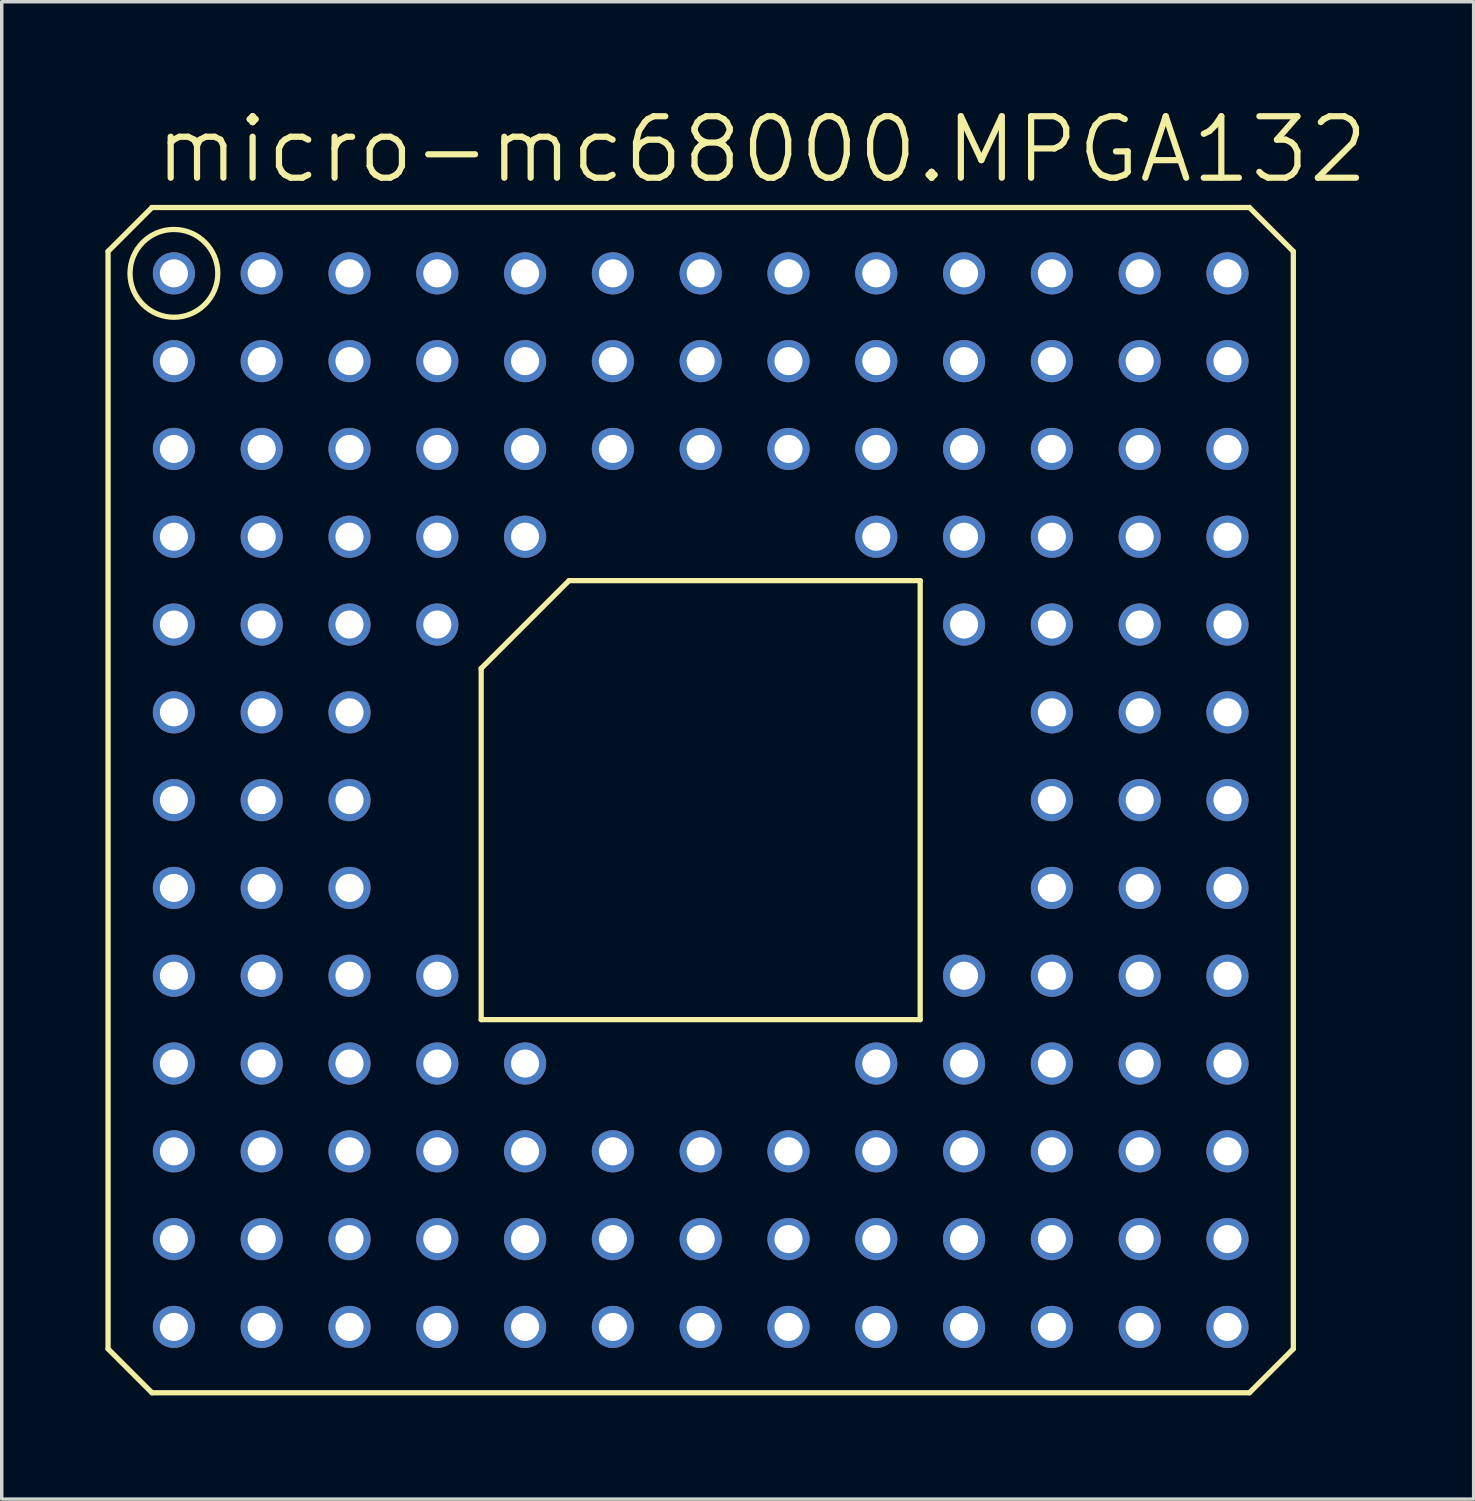
<source format=kicad_pcb>
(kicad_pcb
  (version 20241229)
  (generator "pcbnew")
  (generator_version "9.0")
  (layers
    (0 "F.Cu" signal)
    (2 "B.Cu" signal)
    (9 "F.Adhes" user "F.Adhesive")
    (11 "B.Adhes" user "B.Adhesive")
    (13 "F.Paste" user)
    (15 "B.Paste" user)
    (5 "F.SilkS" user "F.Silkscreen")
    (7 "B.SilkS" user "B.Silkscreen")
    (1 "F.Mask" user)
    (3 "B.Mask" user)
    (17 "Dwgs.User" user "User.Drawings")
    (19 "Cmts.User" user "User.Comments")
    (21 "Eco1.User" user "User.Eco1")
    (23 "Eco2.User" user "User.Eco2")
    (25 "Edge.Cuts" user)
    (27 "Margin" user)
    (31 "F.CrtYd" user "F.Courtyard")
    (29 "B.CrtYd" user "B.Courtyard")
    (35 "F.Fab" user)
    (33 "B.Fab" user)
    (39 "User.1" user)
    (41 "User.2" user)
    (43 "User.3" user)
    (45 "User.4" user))
  (footprint "micro-mc68000.MPGA132"
    (layer "F.Cu")
    (at 17.221 20.098)
    (property "Reference" "micro-mc68000.MPGA132" (at -15.875 -17.78 0) (layer "F.SilkS") (effects (font (size 1.778 1.778) (thickness 0.18)) (justify left bottom)))
    (attr through_hole)
    (fp_line (start -17.145 -15.875) (end -15.875 -17.145) (stroke (width 0.152) (type default)) (layer "F.SilkS"))
    (fp_line (start -17.145 15.875) (end -17.145 -15.875) (stroke (width 0.152) (type default)) (layer "F.SilkS"))
    (fp_line (start -15.875 -17.145) (end 15.875 -17.145) (stroke (width 0.152) (type default)) (layer "F.SilkS"))
    (fp_line (start -15.875 17.145) (end -17.145 15.875) (stroke (width 0.152) (type default)) (layer "F.SilkS"))
    (fp_line (start -6.35 -3.81) (end -3.81 -6.35) (stroke (width 0.152) (type default)) (layer "F.SilkS"))
    (fp_line (start -6.35 6.35) (end -6.35 -3.81) (stroke (width 0.152) (type default)) (layer "F.SilkS"))
    (fp_line (start -3.81 -6.35) (end 6.35 -6.35) (stroke (width 0.152) (type default)) (layer "F.SilkS"))
    (fp_line (start 6.35 -6.35) (end 6.35 6.35) (stroke (width 0.152) (type default)) (layer "F.SilkS"))
    (fp_line (start 6.35 6.35) (end -6.35 6.35) (stroke (width 0.152) (type default)) (layer "F.SilkS"))
    (fp_line (start 15.875 -17.145) (end 17.145 -15.875) (stroke (width 0.152) (type default)) (layer "F.SilkS"))
    (fp_line (start 15.875 17.145) (end -15.875 17.145) (stroke (width 0.152) (type default)) (layer "F.SilkS"))
    (fp_line (start 17.145 -15.875) (end 17.145 15.875) (stroke (width 0.152) (type default)) (layer "F.SilkS"))
    (fp_line (start 17.145 15.875) (end 15.875 17.145) (stroke (width 0.152) (type default)) (layer "F.SilkS"))
    (fp_circle (center -15.24 -15.24) (end -13.97 -15.24) (stroke (width 0.152) (type default)) (fill no) (layer "F.SilkS"))
    (pad "A01" thru_hole circle (at -15.24 -15.24) (size 1.219 1.219) (drill 0.813) (layers "*.Cu" "*.Mask"))
    (pad "A02" thru_hole circle (at -12.7 -15.24) (size 1.219 1.219) (drill 0.813) (layers "*.Cu" "*.Mask"))
    (pad "A03" thru_hole circle (at -10.16 -15.24) (size 1.219 1.219) (drill 0.813) (layers "*.Cu" "*.Mask"))
    (pad "A04" thru_hole circle (at -7.62 -15.24) (size 1.219 1.219) (drill 0.813) (layers "*.Cu" "*.Mask"))
    (pad "A05" thru_hole circle (at -5.08 -15.24) (size 1.219 1.219) (drill 0.813) (layers "*.Cu" "*.Mask"))
    (pad "A06" thru_hole circle (at -2.54 -15.24) (size 1.219 1.219) (drill 0.813) (layers "*.Cu" "*.Mask"))
    (pad "A07" thru_hole circle (at 0 -15.24) (size 1.219 1.219) (drill 0.813) (layers "*.Cu" "*.Mask"))
    (pad "A08" thru_hole circle (at 2.54 -15.24) (size 1.219 1.219) (drill 0.813) (layers "*.Cu" "*.Mask"))
    (pad "A09" thru_hole circle (at 5.08 -15.24) (size 1.219 1.219) (drill 0.813) (layers "*.Cu" "*.Mask"))
    (pad "A10" thru_hole circle (at 7.62 -15.24) (size 1.219 1.219) (drill 0.813) (layers "*.Cu" "*.Mask"))
    (pad "A11" thru_hole circle (at 10.16 -15.24) (size 1.219 1.219) (drill 0.813) (layers "*.Cu" "*.Mask"))
    (pad "A12" thru_hole circle (at 12.7 -15.24) (size 1.219 1.219) (drill 0.813) (layers "*.Cu" "*.Mask"))
    (pad "A13" thru_hole circle (at 15.24 -15.24) (size 1.219 1.219) (drill 0.813) (layers "*.Cu" "*.Mask"))
    (pad "B01" thru_hole circle (at -15.24 -12.7) (size 1.219 1.219) (drill 0.813) (layers "*.Cu" "*.Mask"))
    (pad "B02" thru_hole circle (at -12.7 -12.7) (size 1.219 1.219) (drill 0.813) (layers "*.Cu" "*.Mask"))
    (pad "B03" thru_hole circle (at -10.16 -12.7) (size 1.219 1.219) (drill 0.813) (layers "*.Cu" "*.Mask"))
    (pad "B04" thru_hole circle (at -7.62 -12.7) (size 1.219 1.219) (drill 0.813) (layers "*.Cu" "*.Mask"))
    (pad "B05" thru_hole circle (at -5.08 -12.7) (size 1.219 1.219) (drill 0.813) (layers "*.Cu" "*.Mask"))
    (pad "B06" thru_hole circle (at -2.54 -12.7) (size 1.219 1.219) (drill 0.813) (layers "*.Cu" "*.Mask"))
    (pad "B07" thru_hole circle (at 0 -12.7) (size 1.219 1.219) (drill 0.813) (layers "*.Cu" "*.Mask"))
    (pad "B08" thru_hole circle (at 2.54 -12.7) (size 1.219 1.219) (drill 0.813) (layers "*.Cu" "*.Mask"))
    (pad "B09" thru_hole circle (at 5.08 -12.7) (size 1.219 1.219) (drill 0.813) (layers "*.Cu" "*.Mask"))
    (pad "B10" thru_hole circle (at 7.62 -12.7) (size 1.219 1.219) (drill 0.813) (layers "*.Cu" "*.Mask"))
    (pad "B11" thru_hole circle (at 10.16 -12.7) (size 1.219 1.219) (drill 0.813) (layers "*.Cu" "*.Mask"))
    (pad "B12" thru_hole circle (at 12.7 -12.7) (size 1.219 1.219) (drill 0.813) (layers "*.Cu" "*.Mask"))
    (pad "B13" thru_hole circle (at 15.24 -12.7) (size 1.219 1.219) (drill 0.813) (layers "*.Cu" "*.Mask"))
    (pad "C01" thru_hole circle (at -15.24 -10.16) (size 1.219 1.219) (drill 0.813) (layers "*.Cu" "*.Mask"))
    (pad "C02" thru_hole circle (at -12.7 -10.16) (size 1.219 1.219) (drill 0.813) (layers "*.Cu" "*.Mask"))
    (pad "C03" thru_hole circle (at -10.16 -10.16) (size 1.219 1.219) (drill 0.813) (layers "*.Cu" "*.Mask"))
    (pad "C04" thru_hole circle (at -7.62 -10.16) (size 1.219 1.219) (drill 0.813) (layers "*.Cu" "*.Mask"))
    (pad "C05" thru_hole circle (at -5.08 -10.16) (size 1.219 1.219) (drill 0.813) (layers "*.Cu" "*.Mask"))
    (pad "C06" thru_hole circle (at -2.54 -10.16) (size 1.219 1.219) (drill 0.813) (layers "*.Cu" "*.Mask"))
    (pad "C07" thru_hole circle (at 0 -10.16) (size 1.219 1.219) (drill 0.813) (layers "*.Cu" "*.Mask"))
    (pad "C08" thru_hole circle (at 2.54 -10.16) (size 1.219 1.219) (drill 0.813) (layers "*.Cu" "*.Mask"))
    (pad "C09" thru_hole circle (at 5.08 -10.16) (size 1.219 1.219) (drill 0.813) (layers "*.Cu" "*.Mask"))
    (pad "C10" thru_hole circle (at 7.62 -10.16) (size 1.219 1.219) (drill 0.813) (layers "*.Cu" "*.Mask"))
    (pad "C11" thru_hole circle (at 10.16 -10.16) (size 1.219 1.219) (drill 0.813) (layers "*.Cu" "*.Mask"))
    (pad "C12" thru_hole circle (at 12.7 -10.16) (size 1.219 1.219) (drill 0.813) (layers "*.Cu" "*.Mask"))
    (pad "C13" thru_hole circle (at 15.24 -10.16) (size 1.219 1.219) (drill 0.813) (layers "*.Cu" "*.Mask"))
    (pad "D01" thru_hole circle (at -15.24 -7.62) (size 1.219 1.219) (drill 0.813) (layers "*.Cu" "*.Mask"))
    (pad "D02" thru_hole circle (at -12.7 -7.62) (size 1.219 1.219) (drill 0.813) (layers "*.Cu" "*.Mask"))
    (pad "D03" thru_hole circle (at -10.16 -7.62) (size 1.219 1.219) (drill 0.813) (layers "*.Cu" "*.Mask"))
    (pad "D04" thru_hole circle (at -7.62 -7.62) (size 1.219 1.219) (drill 0.813) (layers "*.Cu" "*.Mask"))
    (pad "D05" thru_hole circle (at -5.08 -7.62) (size 1.219 1.219) (drill 0.813) (layers "*.Cu" "*.Mask"))
    (pad "D09" thru_hole circle (at 5.08 -7.62) (size 1.219 1.219) (drill 0.813) (layers "*.Cu" "*.Mask"))
    (pad "D10" thru_hole circle (at 7.62 -7.62) (size 1.219 1.219) (drill 0.813) (layers "*.Cu" "*.Mask"))
    (pad "D11" thru_hole circle (at 10.16 -7.62) (size 1.219 1.219) (drill 0.813) (layers "*.Cu" "*.Mask"))
    (pad "D12" thru_hole circle (at 12.7 -7.62) (size 1.219 1.219) (drill 0.813) (layers "*.Cu" "*.Mask"))
    (pad "D13" thru_hole circle (at 15.24 -7.62) (size 1.219 1.219) (drill 0.813) (layers "*.Cu" "*.Mask"))
    (pad "E01" thru_hole circle (at -15.24 -5.08) (size 1.219 1.219) (drill 0.813) (layers "*.Cu" "*.Mask"))
    (pad "E02" thru_hole circle (at -12.7 -5.08) (size 1.219 1.219) (drill 0.813) (layers "*.Cu" "*.Mask"))
    (pad "E03" thru_hole circle (at -10.16 -5.08) (size 1.219 1.219) (drill 0.813) (layers "*.Cu" "*.Mask"))
    (pad "E04" thru_hole circle (at -7.62 -5.08) (size 1.219 1.219) (drill 0.813) (layers "*.Cu" "*.Mask"))
    (pad "E10" thru_hole circle (at 7.62 -5.08) (size 1.219 1.219) (drill 0.813) (layers "*.Cu" "*.Mask"))
    (pad "E11" thru_hole circle (at 10.16 -5.08) (size 1.219 1.219) (drill 0.813) (layers "*.Cu" "*.Mask"))
    (pad "E12" thru_hole circle (at 12.7 -5.08) (size 1.219 1.219) (drill 0.813) (layers "*.Cu" "*.Mask"))
    (pad "E13" thru_hole circle (at 15.24 -5.08) (size 1.219 1.219) (drill 0.813) (layers "*.Cu" "*.Mask"))
    (pad "F01" thru_hole circle (at -15.24 -2.54) (size 1.219 1.219) (drill 0.813) (layers "*.Cu" "*.Mask"))
    (pad "F02" thru_hole circle (at -12.7 -2.54) (size 1.219 1.219) (drill 0.813) (layers "*.Cu" "*.Mask"))
    (pad "F03" thru_hole circle (at -10.16 -2.54) (size 1.219 1.219) (drill 0.813) (layers "*.Cu" "*.Mask"))
    (pad "F11" thru_hole circle (at 10.16 -2.54) (size 1.219 1.219) (drill 0.813) (layers "*.Cu" "*.Mask"))
    (pad "F12" thru_hole circle (at 12.7 -2.54) (size 1.219 1.219) (drill 0.813) (layers "*.Cu" "*.Mask"))
    (pad "F13" thru_hole circle (at 15.24 -2.54) (size 1.219 1.219) (drill 0.813) (layers "*.Cu" "*.Mask"))
    (pad "G01" thru_hole circle (at -15.24 0) (size 1.219 1.219) (drill 0.813) (layers "*.Cu" "*.Mask"))
    (pad "G02" thru_hole circle (at -12.7 0) (size 1.219 1.219) (drill 0.813) (layers "*.Cu" "*.Mask"))
    (pad "G03" thru_hole circle (at -10.16 0) (size 1.219 1.219) (drill 0.813) (layers "*.Cu" "*.Mask"))
    (pad "G11" thru_hole circle (at 10.16 0) (size 1.219 1.219) (drill 0.813) (layers "*.Cu" "*.Mask"))
    (pad "G12" thru_hole circle (at 12.7 0) (size 1.219 1.219) (drill 0.813) (layers "*.Cu" "*.Mask"))
    (pad "G13" thru_hole circle (at 15.24 0) (size 1.219 1.219) (drill 0.813) (layers "*.Cu" "*.Mask"))
    (pad "H01" thru_hole circle (at -15.24 2.54) (size 1.219 1.219) (drill 0.813) (layers "*.Cu" "*.Mask"))
    (pad "H02" thru_hole circle (at -12.7 2.54) (size 1.219 1.219) (drill 0.813) (layers "*.Cu" "*.Mask"))
    (pad "H03" thru_hole circle (at -10.16 2.54) (size 1.219 1.219) (drill 0.813) (layers "*.Cu" "*.Mask"))
    (pad "H11" thru_hole circle (at 10.16 2.54) (size 1.219 1.219) (drill 0.813) (layers "*.Cu" "*.Mask"))
    (pad "H12" thru_hole circle (at 12.7 2.54) (size 1.219 1.219) (drill 0.813) (layers "*.Cu" "*.Mask"))
    (pad "H13" thru_hole circle (at 15.24 2.54) (size 1.219 1.219) (drill 0.813) (layers "*.Cu" "*.Mask"))
    (pad "J01" thru_hole circle (at -15.24 5.08) (size 1.219 1.219) (drill 0.813) (layers "*.Cu" "*.Mask"))
    (pad "J02" thru_hole circle (at -12.7 5.08) (size 1.219 1.219) (drill 0.813) (layers "*.Cu" "*.Mask"))
    (pad "J03" thru_hole circle (at -10.16 5.08) (size 1.219 1.219) (drill 0.813) (layers "*.Cu" "*.Mask"))
    (pad "J04" thru_hole circle (at -7.62 5.08) (size 1.219 1.219) (drill 0.813) (layers "*.Cu" "*.Mask"))
    (pad "J10" thru_hole circle (at 7.62 5.08) (size 1.219 1.219) (drill 0.813) (layers "*.Cu" "*.Mask"))
    (pad "J11" thru_hole circle (at 10.16 5.08) (size 1.219 1.219) (drill 0.813) (layers "*.Cu" "*.Mask"))
    (pad "J12" thru_hole circle (at 12.7 5.08) (size 1.219 1.219) (drill 0.813) (layers "*.Cu" "*.Mask"))
    (pad "J13" thru_hole circle (at 15.24 5.08) (size 1.219 1.219) (drill 0.813) (layers "*.Cu" "*.Mask"))
    (pad "K01" thru_hole circle (at -15.24 7.62) (size 1.219 1.219) (drill 0.813) (layers "*.Cu" "*.Mask"))
    (pad "K02" thru_hole circle (at -12.7 7.62) (size 1.219 1.219) (drill 0.813) (layers "*.Cu" "*.Mask"))
    (pad "K03" thru_hole circle (at -10.16 7.62) (size 1.219 1.219) (drill 0.813) (layers "*.Cu" "*.Mask"))
    (pad "K04" thru_hole circle (at -7.62 7.62) (size 1.219 1.219) (drill 0.813) (layers "*.Cu" "*.Mask"))
    (pad "K05" thru_hole circle (at -5.08 7.62) (size 1.219 1.219) (drill 0.813) (layers "*.Cu" "*.Mask"))
    (pad "K09" thru_hole circle (at 5.08 7.62) (size 1.219 1.219) (drill 0.813) (layers "*.Cu" "*.Mask"))
    (pad "K10" thru_hole circle (at 7.62 7.62) (size 1.219 1.219) (drill 0.813) (layers "*.Cu" "*.Mask"))
    (pad "K11" thru_hole circle (at 10.16 7.62) (size 1.219 1.219) (drill 0.813) (layers "*.Cu" "*.Mask"))
    (pad "K12" thru_hole circle (at 12.7 7.62) (size 1.219 1.219) (drill 0.813) (layers "*.Cu" "*.Mask"))
    (pad "K13" thru_hole circle (at 15.24 7.62) (size 1.219 1.219) (drill 0.813) (layers "*.Cu" "*.Mask"))
    (pad "L01" thru_hole circle (at -15.24 10.16) (size 1.219 1.219) (drill 0.813) (layers "*.Cu" "*.Mask"))
    (pad "L02" thru_hole circle (at -12.7 10.16) (size 1.219 1.219) (drill 0.813) (layers "*.Cu" "*.Mask"))
    (pad "L03" thru_hole circle (at -10.16 10.16) (size 1.219 1.219) (drill 0.813) (layers "*.Cu" "*.Mask"))
    (pad "L04" thru_hole circle (at -7.62 10.16) (size 1.219 1.219) (drill 0.813) (layers "*.Cu" "*.Mask"))
    (pad "L05" thru_hole circle (at -5.08 10.16) (size 1.219 1.219) (drill 0.813) (layers "*.Cu" "*.Mask"))
    (pad "L06" thru_hole circle (at -2.54 10.16) (size 1.219 1.219) (drill 0.813) (layers "*.Cu" "*.Mask"))
    (pad "L07" thru_hole circle (at 0 10.16) (size 1.219 1.219) (drill 0.813) (layers "*.Cu" "*.Mask"))
    (pad "L08" thru_hole circle (at 2.54 10.16) (size 1.219 1.219) (drill 0.813) (layers "*.Cu" "*.Mask"))
    (pad "L09" thru_hole circle (at 5.08 10.16) (size 1.219 1.219) (drill 0.813) (layers "*.Cu" "*.Mask"))
    (pad "L10" thru_hole circle (at 7.62 10.16) (size 1.219 1.219) (drill 0.813) (layers "*.Cu" "*.Mask"))
    (pad "L11" thru_hole circle (at 10.16 10.16) (size 1.219 1.219) (drill 0.813) (layers "*.Cu" "*.Mask"))
    (pad "L12" thru_hole circle (at 12.7 10.16) (size 1.219 1.219) (drill 0.813) (layers "*.Cu" "*.Mask"))
    (pad "L13" thru_hole circle (at 15.24 10.16) (size 1.219 1.219) (drill 0.813) (layers "*.Cu" "*.Mask"))
    (pad "M01" thru_hole circle (at -15.24 12.7) (size 1.219 1.219) (drill 0.813) (layers "*.Cu" "*.Mask"))
    (pad "M02" thru_hole circle (at -12.7 12.7) (size 1.219 1.219) (drill 0.813) (layers "*.Cu" "*.Mask"))
    (pad "M03" thru_hole circle (at -10.16 12.7) (size 1.219 1.219) (drill 0.813) (layers "*.Cu" "*.Mask"))
    (pad "M04" thru_hole circle (at -7.62 12.7) (size 1.219 1.219) (drill 0.813) (layers "*.Cu" "*.Mask"))
    (pad "M05" thru_hole circle (at -5.08 12.7) (size 1.219 1.219) (drill 0.813) (layers "*.Cu" "*.Mask"))
    (pad "M06" thru_hole circle (at -2.54 12.7) (size 1.219 1.219) (drill 0.813) (layers "*.Cu" "*.Mask"))
    (pad "M07" thru_hole circle (at 0 12.7) (size 1.219 1.219) (drill 0.813) (layers "*.Cu" "*.Mask"))
    (pad "M08" thru_hole circle (at 2.54 12.7) (size 1.219 1.219) (drill 0.813) (layers "*.Cu" "*.Mask"))
    (pad "M09" thru_hole circle (at 5.08 12.7) (size 1.219 1.219) (drill 0.813) (layers "*.Cu" "*.Mask"))
    (pad "M10" thru_hole circle (at 7.62 12.7) (size 1.219 1.219) (drill 0.813) (layers "*.Cu" "*.Mask"))
    (pad "M11" thru_hole circle (at 10.16 12.7) (size 1.219 1.219) (drill 0.813) (layers "*.Cu" "*.Mask"))
    (pad "M12" thru_hole circle (at 12.7 12.7) (size 1.219 1.219) (drill 0.813) (layers "*.Cu" "*.Mask"))
    (pad "M13" thru_hole circle (at 15.24 12.7) (size 1.219 1.219) (drill 0.813) (layers "*.Cu" "*.Mask"))
    (pad "N01" thru_hole circle (at -15.24 15.24) (size 1.219 1.219) (drill 0.813) (layers "*.Cu" "*.Mask"))
    (pad "N02" thru_hole circle (at -12.7 15.24) (size 1.219 1.219) (drill 0.813) (layers "*.Cu" "*.Mask"))
    (pad "N03" thru_hole circle (at -10.16 15.24) (size 1.219 1.219) (drill 0.813) (layers "*.Cu" "*.Mask"))
    (pad "N04" thru_hole circle (at -7.62 15.24) (size 1.219 1.219) (drill 0.813) (layers "*.Cu" "*.Mask"))
    (pad "N05" thru_hole circle (at -5.08 15.24) (size 1.219 1.219) (drill 0.813) (layers "*.Cu" "*.Mask"))
    (pad "N06" thru_hole circle (at -2.54 15.24) (size 1.219 1.219) (drill 0.813) (layers "*.Cu" "*.Mask"))
    (pad "N07" thru_hole circle (at 0 15.24) (size 1.219 1.219) (drill 0.813) (layers "*.Cu" "*.Mask"))
    (pad "N08" thru_hole circle (at 2.54 15.24) (size 1.219 1.219) (drill 0.813) (layers "*.Cu" "*.Mask"))
    (pad "N09" thru_hole circle (at 5.08 15.24) (size 1.219 1.219) (drill 0.813) (layers "*.Cu" "*.Mask"))
    (pad "N10" thru_hole circle (at 7.62 15.24) (size 1.219 1.219) (drill 0.813) (layers "*.Cu" "*.Mask"))
    (pad "N11" thru_hole circle (at 10.16 15.24) (size 1.219 1.219) (drill 0.813) (layers "*.Cu" "*.Mask"))
    (pad "N12" thru_hole circle (at 12.7 15.24) (size 1.219 1.219) (drill 0.813) (layers "*.Cu" "*.Mask"))
    (pad "N13" thru_hole circle (at 15.24 15.24) (size 1.219 1.219) (drill 0.813) (layers "*.Cu" "*.Mask")))
  (gr_rect
    (start -3 -3)
    (end 39.583 40.319)
    (stroke (width 0.1) (type default))
    (fill no)
    (layer "Edge.Cuts")))
</source>
